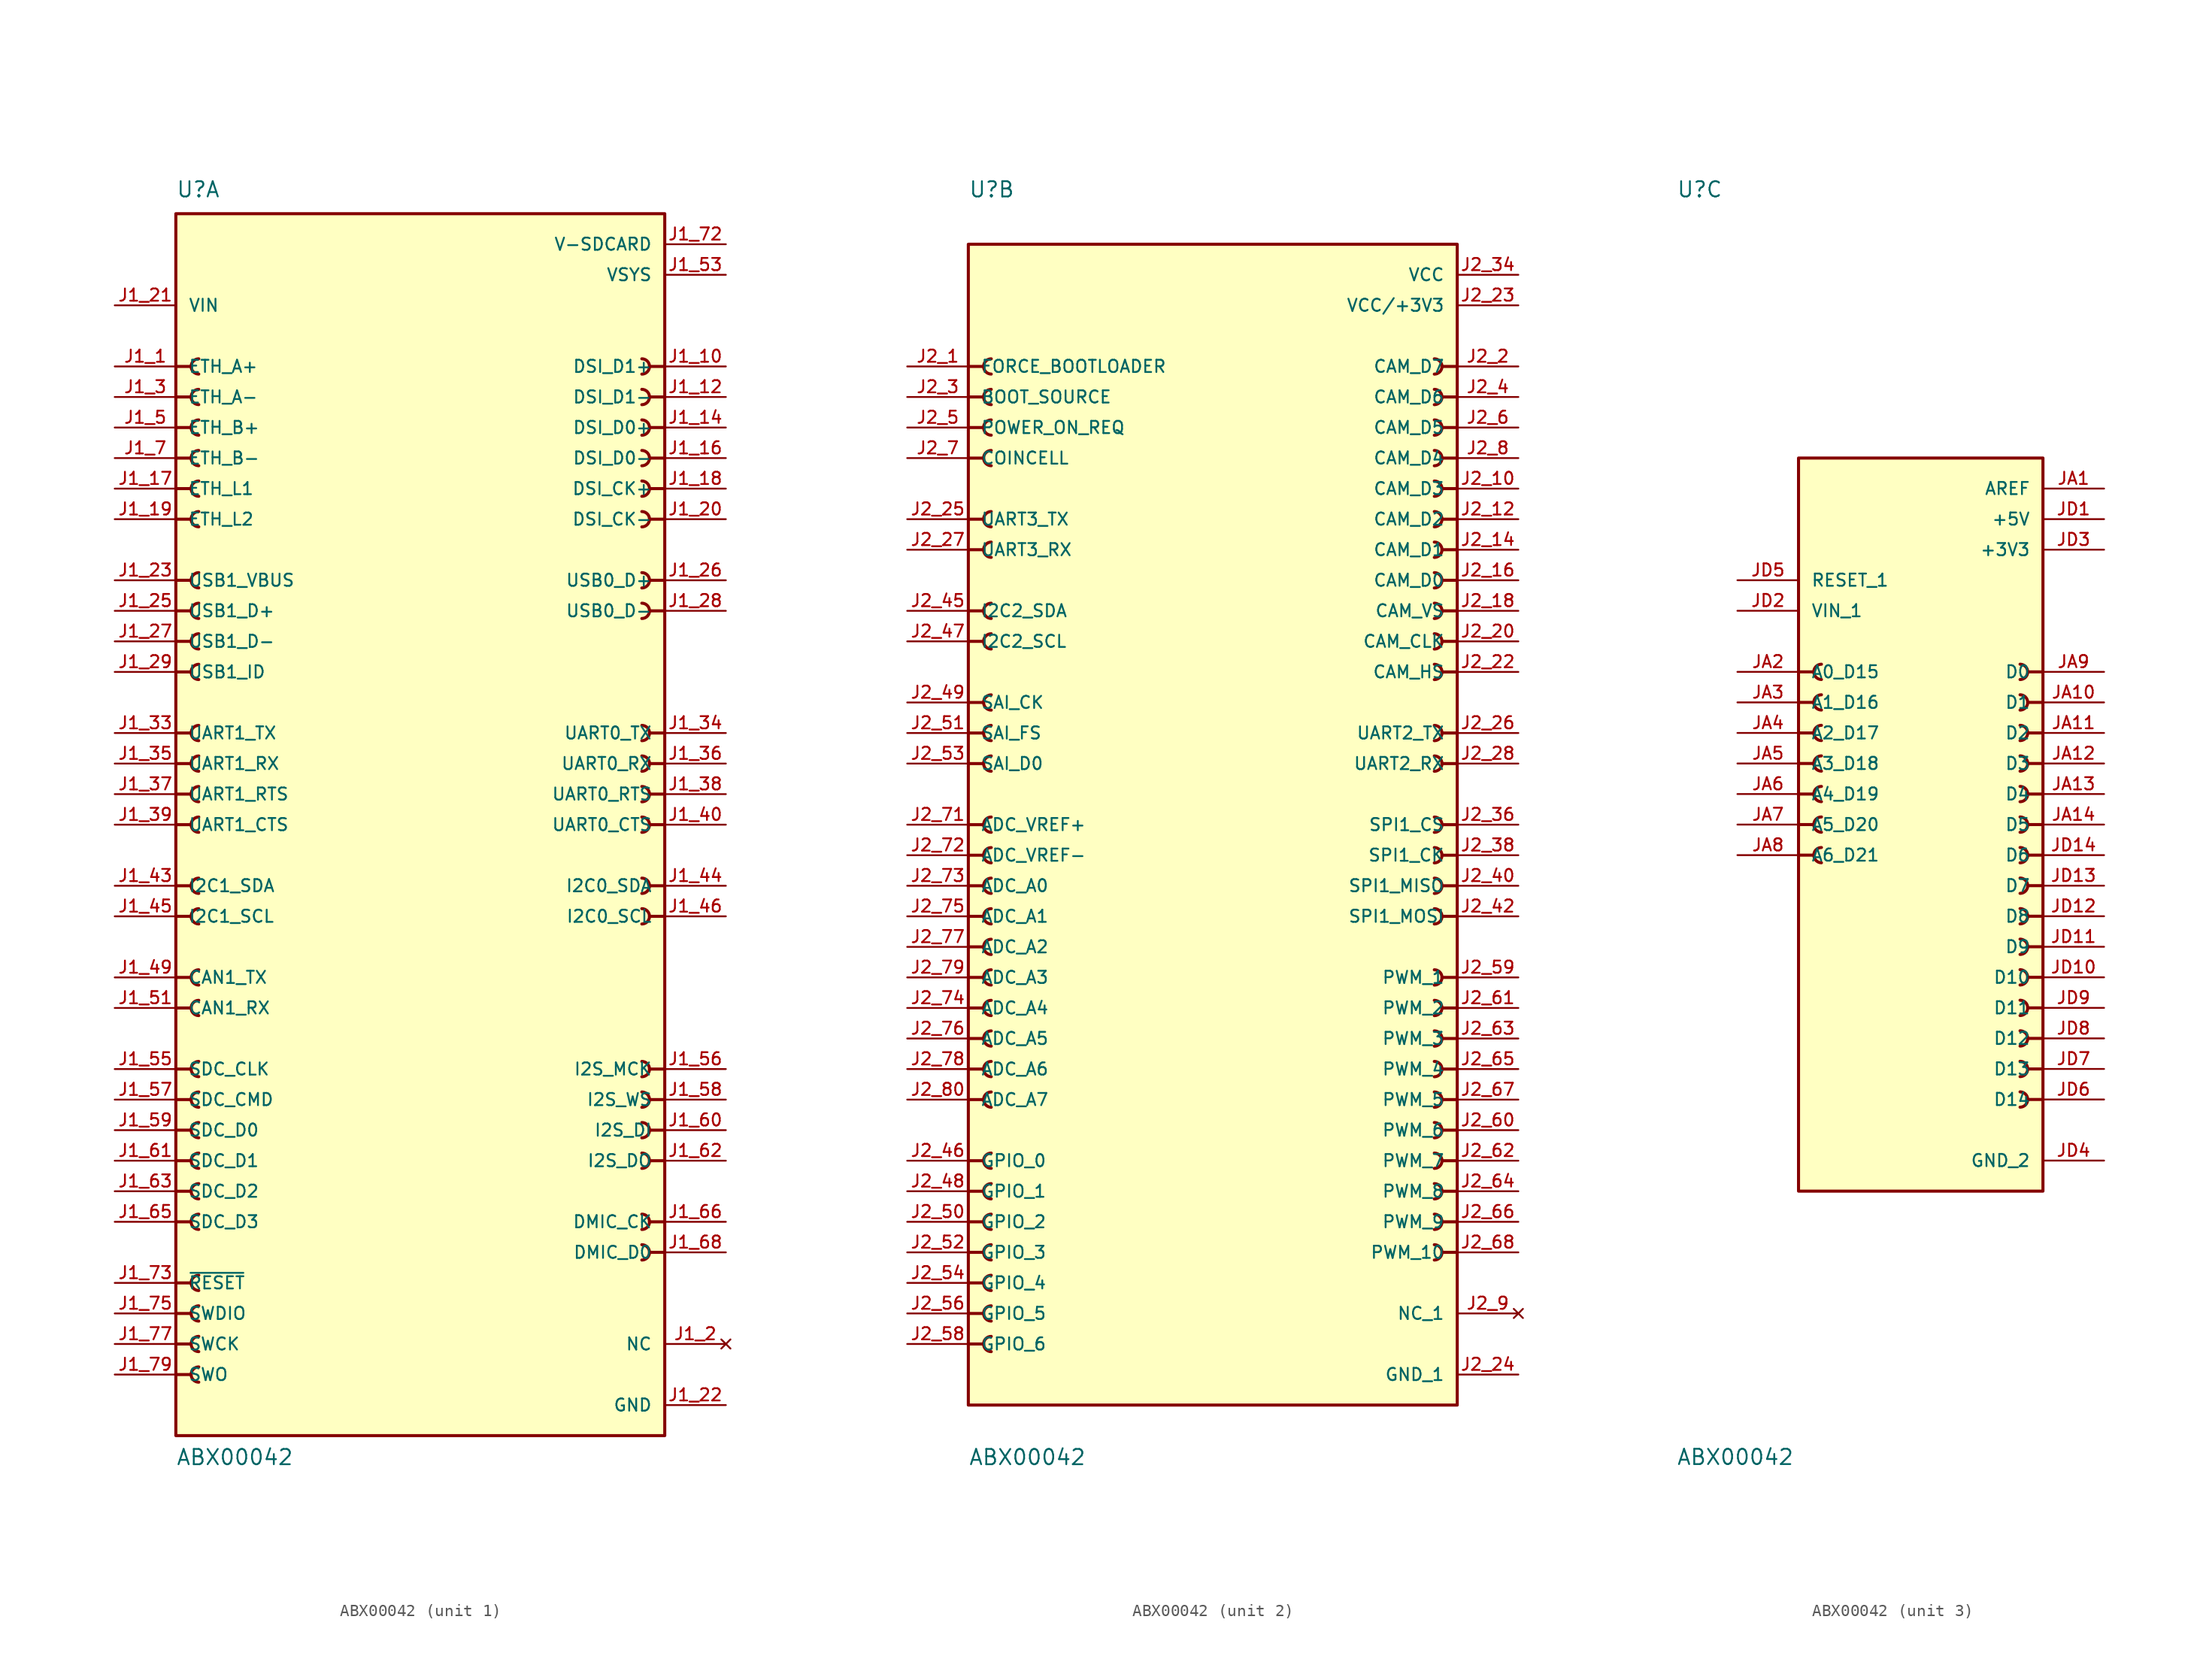
<source format=kicad_sym>
(kicad_symbol_lib
  (version 20211014)
  (generator kicad_symbol_editor)
  (symbol "ABX00042"
    (pin_names
      (offset 1.016))
    (property "Reference" "U"
      (at -20.32 52.07 0)
      (effects (font (size 1.27 1.27)) (justify bottom left)))
    (property "Value" "ABX00042"
      (at -20.32 -53.34 0)
      (effects (font (size 1.27 1.27)) (justify bottom left)))
    (symbol "ABX00042_1_0"
      (polyline (pts (xy 20.32 38.1) (xy 19.05 38.1)) (stroke (width 0.254)))
      (arc (start 18.415 37.465) (mid 19.05 38.1) (end 18.415 38.735) (stroke (width 0.254) (type default) (color 0 0 0 0)) (fill (type none)))
      (polyline (pts (xy 20.32 35.56) (xy 19.05 35.56)) (stroke (width 0.254)))
      (arc (start 18.415 34.925) (mid 19.05 35.56) (end 18.415 36.195) (stroke (width 0.254) (type default) (color 0 0 0 0)) (fill (type none)))
      (polyline (pts (xy 20.32 33.02) (xy 19.05 33.02)) (stroke (width 0.254)))
      (arc (start 18.415 32.385) (mid 19.05 33.02) (end 18.415 33.655) (stroke (width 0.254) (type default) (color 0 0 0 0)) (fill (type none)))
      (polyline (pts (xy 20.32 30.48) (xy 19.05 30.48)) (stroke (width 0.254)))
      (arc (start 18.415 29.845) (mid 19.05 30.48) (end 18.415 31.115) (stroke (width 0.254) (type default) (color 0 0 0 0)) (fill (type none)))
      (polyline (pts (xy 20.32 27.94) (xy 19.05 27.94)) (stroke (width 0.254)))
      (arc (start 18.415 27.305) (mid 19.05 27.94) (end 18.415 28.575) (stroke (width 0.254) (type default) (color 0 0 0 0)) (fill (type none)))
      (polyline (pts (xy 20.32 25.4) (xy 19.05 25.4)) (stroke (width 0.254)))
      (arc (start 18.415 24.765) (mid 19.05 25.4) (end 18.415 26.035) (stroke (width 0.254) (type default) (color 0 0 0 0)) (fill (type none)))
      (polyline (pts (xy -20.32 27.94) (xy -19.05 27.94)) (stroke (width 0.254)))
      (arc (start -18.415 28.575) (mid -19.05 27.94) (end -18.415 27.305) (stroke (width 0.254) (type default) (color 0 0 0 0)) (fill (type none)))
      (polyline (pts (xy -20.32 30.48) (xy -19.05 30.48)) (stroke (width 0.254)))
      (arc (start -18.415 31.115) (mid -19.05 30.48) (end -18.415 29.845) (stroke (width 0.254) (type default) (color 0 0 0 0)) (fill (type none)))
      (polyline (pts (xy -20.32 33.02) (xy -19.05 33.02)) (stroke (width 0.254)))
      (arc (start -18.415 33.655) (mid -19.05 33.02) (end -18.415 32.385) (stroke (width 0.254) (type default) (color 0 0 0 0)) (fill (type none)))
      (polyline (pts (xy -20.32 35.56) (xy -19.05 35.56)) (stroke (width 0.254)))
      (arc (start -18.415 36.195) (mid -19.05 35.56) (end -18.415 34.925) (stroke (width 0.254) (type default) (color 0 0 0 0)) (fill (type none)))
      (polyline (pts (xy -20.32 38.1) (xy -19.05 38.1)) (stroke (width 0.254)))
      (arc (start -18.415 38.735) (mid -19.05 38.1) (end -18.415 37.465) (stroke (width 0.254) (type default) (color 0 0 0 0)) (fill (type none)))
      (polyline (pts (xy -20.32 0.0) (xy -19.05 0.0)) (stroke (width 0.254)))
      (arc (start -18.415 0.635) (mid -19.05 -0.0) (end -18.415 -0.635) (stroke (width 0.254) (type default) (color 0 0 0 0)) (fill (type none)))
      (polyline (pts (xy -20.32 2.54) (xy -19.05 2.54)) (stroke (width 0.254)))
      (arc (start -18.415 3.175) (mid -19.05 2.54) (end -18.415 1.905) (stroke (width 0.254) (type default) (color 0 0 0 0)) (fill (type none)))
      (polyline (pts (xy -20.32 5.08) (xy -19.05 5.08)) (stroke (width 0.254)))
      (arc (start -18.415 5.715) (mid -19.05 5.08) (end -18.415 4.445) (stroke (width 0.254) (type default) (color 0 0 0 0)) (fill (type none)))
      (polyline (pts (xy -20.32 7.62) (xy -19.05 7.62)) (stroke (width 0.254)))
      (arc (start -18.415 8.255) (mid -19.05 7.62) (end -18.415 6.985) (stroke (width 0.254) (type default) (color 0 0 0 0)) (fill (type none)))
      (polyline (pts (xy -20.32 12.7) (xy -19.05 12.7)) (stroke (width 0.254)))
      (arc (start -18.415 13.335) (mid -19.05 12.7) (end -18.415 12.065) (stroke (width 0.254) (type default) (color 0 0 0 0)) (fill (type none)))
      (polyline (pts (xy -20.32 15.24) (xy -19.05 15.24)) (stroke (width 0.254)))
      (arc (start -18.415 15.875) (mid -19.05 15.24) (end -18.415 14.605) (stroke (width 0.254) (type default) (color 0 0 0 0)) (fill (type none)))
      (polyline (pts (xy -20.32 17.78) (xy -19.05 17.78)) (stroke (width 0.254)))
      (arc (start -18.415 18.415) (mid -19.05 17.78) (end -18.415 17.145) (stroke (width 0.254) (type default) (color 0 0 0 0)) (fill (type none)))
      (polyline (pts (xy -20.32 20.32) (xy -19.05 20.32)) (stroke (width 0.254)))
      (arc (start -18.415 20.955) (mid -19.05 20.32) (end -18.415 19.685) (stroke (width 0.254) (type default) (color 0 0 0 0)) (fill (type none)))
      (polyline (pts (xy -20.32 25.4) (xy -19.05 25.4)) (stroke (width 0.254)))
      (arc (start -18.415 26.035) (mid -19.05 25.4) (end -18.415 24.765) (stroke (width 0.254) (type default) (color 0 0 0 0)) (fill (type none)))
      (polyline (pts (xy -20.32 -30.48) (xy -19.05 -30.48)) (stroke (width 0.254)))
      (arc (start -18.415 -29.845) (mid -19.05 -30.48) (end -18.415 -31.115) (stroke (width 0.254) (type default) (color 0 0 0 0)) (fill (type none)))
      (polyline (pts (xy -20.32 -27.94) (xy -19.05 -27.94)) (stroke (width 0.254)))
      (arc (start -18.415 -27.305) (mid -19.05 -27.94) (end -18.415 -28.575) (stroke (width 0.254) (type default) (color 0 0 0 0)) (fill (type none)))
      (polyline (pts (xy -20.32 -25.4) (xy -19.05 -25.4)) (stroke (width 0.254)))
      (arc (start -18.415 -24.765) (mid -19.05 -25.4) (end -18.415 -26.035) (stroke (width 0.254) (type default) (color 0 0 0 0)) (fill (type none)))
      (polyline (pts (xy -20.32 -22.86) (xy -19.05 -22.86)) (stroke (width 0.254)))
      (arc (start -18.415 -22.225) (mid -19.05 -22.86) (end -18.415 -23.495) (stroke (width 0.254) (type default) (color 0 0 0 0)) (fill (type none)))
      (polyline (pts (xy -20.32 -20.32) (xy -19.05 -20.32)) (stroke (width 0.254)))
      (arc (start -18.415 -19.685) (mid -19.05 -20.32) (end -18.415 -20.955) (stroke (width 0.254) (type default) (color 0 0 0 0)) (fill (type none)))
      (polyline (pts (xy -20.32 -15.24) (xy -19.05 -15.24)) (stroke (width 0.254)))
      (arc (start -18.415 -14.605) (mid -19.05 -15.24) (end -18.415 -15.875) (stroke (width 0.254) (type default) (color 0 0 0 0)) (fill (type none)))
      (polyline (pts (xy -20.32 -12.7) (xy -19.05 -12.7)) (stroke (width 0.254)))
      (arc (start -18.415 -12.065) (mid -19.05 -12.7) (end -18.415 -13.335) (stroke (width 0.254) (type default) (color 0 0 0 0)) (fill (type none)))
      (polyline (pts (xy -20.32 -7.62) (xy -19.05 -7.62)) (stroke (width 0.254)))
      (arc (start -18.415 -6.985) (mid -19.05 -7.62) (end -18.415 -8.255) (stroke (width 0.254) (type default) (color 0 0 0 0)) (fill (type none)))
      (polyline (pts (xy -20.32 -5.08) (xy -19.05 -5.08)) (stroke (width 0.254)))
      (arc (start -18.415 -4.445) (mid -19.05 -5.08) (end -18.415 -5.715) (stroke (width 0.254) (type default) (color 0 0 0 0)) (fill (type none)))
      (polyline (pts (xy 20.32 20.32) (xy 19.05 20.32)) (stroke (width 0.254)))
      (arc (start 18.415 19.685) (mid 19.05 20.32) (end 18.415 20.955) (stroke (width 0.254) (type default) (color 0 0 0 0)) (fill (type none)))
      (polyline (pts (xy 20.32 17.78) (xy 19.05 17.78)) (stroke (width 0.254)))
      (arc (start 18.415 17.145) (mid 19.05 17.78) (end 18.415 18.415) (stroke (width 0.254) (type default) (color 0 0 0 0)) (fill (type none)))
      (polyline (pts (xy 20.32 7.62) (xy 19.05 7.62)) (stroke (width 0.254)))
      (arc (start 18.415 6.985) (mid 19.05 7.62) (end 18.415 8.255) (stroke (width 0.254) (type default) (color 0 0 0 0)) (fill (type none)))
      (polyline (pts (xy 20.32 5.08) (xy 19.05 5.08)) (stroke (width 0.254)))
      (arc (start 18.415 4.445) (mid 19.05 5.08) (end 18.415 5.715) (stroke (width 0.254) (type default) (color 0 0 0 0)) (fill (type none)))
      (polyline (pts (xy 20.32 2.54) (xy 19.05 2.54)) (stroke (width 0.254)))
      (arc (start 18.415 1.905) (mid 19.05 2.54) (end 18.415 3.175) (stroke (width 0.254) (type default) (color 0 0 0 0)) (fill (type none)))
      (polyline (pts (xy 20.32 0.0) (xy 19.05 0.0)) (stroke (width 0.254)))
      (arc (start 18.415 -0.635) (mid 19.05 0.0) (end 18.415 0.635) (stroke (width 0.254) (type default) (color 0 0 0 0)) (fill (type none)))
      (polyline (pts (xy 20.32 -5.08) (xy 19.05 -5.08)) (stroke (width 0.254)))
      (arc (start 18.415 -5.715) (mid 19.05 -5.08) (end 18.415 -4.445) (stroke (width 0.254) (type default) (color 0 0 0 0)) (fill (type none)))
      (polyline (pts (xy 20.32 -7.62) (xy 19.05 -7.62)) (stroke (width 0.254)))
      (arc (start 18.415 -8.255) (mid 19.05 -7.62) (end 18.415 -6.985) (stroke (width 0.254) (type default) (color 0 0 0 0)) (fill (type none)))
      (polyline (pts (xy 20.32 -20.32) (xy 19.05 -20.32)) (stroke (width 0.254)))
      (arc (start 18.415 -20.955) (mid 19.05 -20.32) (end 18.415 -19.685) (stroke (width 0.254) (type default) (color 0 0 0 0)) (fill (type none)))
      (polyline (pts (xy 20.32 -22.86) (xy 19.05 -22.86)) (stroke (width 0.254)))
      (arc (start 18.415 -23.495) (mid 19.05 -22.86) (end 18.415 -22.225) (stroke (width 0.254) (type default) (color 0 0 0 0)) (fill (type none)))
      (polyline (pts (xy 20.32 -25.4) (xy 19.05 -25.4)) (stroke (width 0.254)))
      (arc (start 18.415 -26.035) (mid 19.05 -25.4) (end 18.415 -24.765) (stroke (width 0.254) (type default) (color 0 0 0 0)) (fill (type none)))
      (polyline (pts (xy 20.32 -27.94) (xy 19.05 -27.94)) (stroke (width 0.254)))
      (arc (start 18.415 -28.575) (mid 19.05 -27.94) (end 18.415 -27.305) (stroke (width 0.254) (type default) (color 0 0 0 0)) (fill (type none)))
      (polyline (pts (xy 20.32 -33.02) (xy 19.05 -33.02)) (stroke (width 0.254)))
      (arc (start 18.415 -33.655) (mid 19.05 -33.02) (end 18.415 -32.385) (stroke (width 0.254) (type default) (color 0 0 0 0)) (fill (type none)))
      (polyline (pts (xy 20.32 -35.56) (xy 19.05 -35.56)) (stroke (width 0.254)))
      (arc (start 18.415 -36.195) (mid 19.05 -35.56) (end 18.415 -34.925) (stroke (width 0.254) (type default) (color 0 0 0 0)) (fill (type none)))
      (polyline (pts (xy -20.32 -43.18) (xy -19.05 -43.18)) (stroke (width 0.254)))
      (arc (start -18.415 -42.545) (mid -19.05 -43.18) (end -18.415 -43.815) (stroke (width 0.254) (type default) (color 0 0 0 0)) (fill (type none)))
      (polyline (pts (xy -20.32 -40.64) (xy -19.05 -40.64)) (stroke (width 0.254)))
      (arc (start -18.415 -40.005) (mid -19.05 -40.64) (end -18.415 -41.275) (stroke (width 0.254) (type default) (color 0 0 0 0)) (fill (type none)))
      (polyline (pts (xy -20.32 -38.1) (xy -19.05 -38.1)) (stroke (width 0.254)))
      (arc (start -18.415 -37.465) (mid -19.05 -38.1) (end -18.415 -38.735) (stroke (width 0.254) (type default) (color 0 0 0 0)) (fill (type none)))
      (polyline (pts (xy -20.32 -33.02) (xy -19.05 -33.02)) (stroke (width 0.254)))
      (arc (start -18.415 -32.385) (mid -19.05 -33.02) (end -18.415 -33.655) (stroke (width 0.254) (type default) (color 0 0 0 0)) (fill (type none)))
      (polyline (pts (xy -20.32 -45.72) (xy -19.05 -45.72)) (stroke (width 0.254)))
      (arc (start -18.415 -45.085) (mid -19.05 -45.72) (end -18.415 -46.355) (stroke (width 0.254) (type default) (color 0 0 0 0)) (fill (type none)))
      (rectangle (start -20.32 -50.8) (end 20.32 50.8) (stroke (width 0.254)) (fill (type background)))
      (pin input line (at -25.4 38.1 0) (length 5.08) (name "ETH_A+" (effects (font (size 1.016 1.016)))) (number "J1_1" (effects (font (size 1.016 1.016)))))
      (pin input line (at -25.4 35.56 0) (length 5.08) (name "ETH_A-" (effects (font (size 1.016 1.016)))) (number "J1_3" (effects (font (size 1.016 1.016)))))
      (pin input line (at -25.4 33.02 0) (length 5.08) (name "ETH_B+" (effects (font (size 1.016 1.016)))) (number "J1_5" (effects (font (size 1.016 1.016)))))
      (pin input line (at -25.4 30.48 0) (length 5.08) (name "ETH_B-" (effects (font (size 1.016 1.016)))) (number "J1_7" (effects (font (size 1.016 1.016)))))
      (pin bidirectional line (at 25.4 38.1 180.0) (length 5.08) (name "DSI_D1+" (effects (font (size 1.016 1.016)))) (number "J1_10" (effects (font (size 1.016 1.016)))))
      (pin bidirectional line (at 25.4 35.56 180.0) (length 5.08) (name "DSI_D1-" (effects (font (size 1.016 1.016)))) (number "J1_12" (effects (font (size 1.016 1.016)))))
      (pin bidirectional line (at 25.4 33.02 180.0) (length 5.08) (name "DSI_D0+" (effects (font (size 1.016 1.016)))) (number "J1_14" (effects (font (size 1.016 1.016)))))
      (pin bidirectional line (at 25.4 30.48 180.0) (length 5.08) (name "DSI_D0-" (effects (font (size 1.016 1.016)))) (number "J1_16" (effects (font (size 1.016 1.016)))))
      (pin output line (at -25.4 27.94 0) (length 5.08) (name "ETH_L1" (effects (font (size 1.016 1.016)))) (number "J1_17" (effects (font (size 1.016 1.016)))))
      (pin bidirectional line (at 25.4 27.94 180.0) (length 5.08) (name "DSI_CK+" (effects (font (size 1.016 1.016)))) (number "J1_18" (effects (font (size 1.016 1.016)))))
      (pin output line (at -25.4 25.4 0) (length 5.08) (name "ETH_L2" (effects (font (size 1.016 1.016)))) (number "J1_19" (effects (font (size 1.016 1.016)))))
      (pin bidirectional line (at 25.4 25.4 180.0) (length 5.08) (name "DSI_CK-" (effects (font (size 1.016 1.016)))) (number "J1_20" (effects (font (size 1.016 1.016)))))
      (pin input line (at -25.4 43.18 0) (length 5.08) (name "VIN" (effects (font (size 1.016 1.016)))) (number "J1_21" (effects (font (size 1.016 1.016)))))
      (pin input line (at -25.4 43.18 0) (length 5.08) hide (name "VIN" (effects (font (size 1.016 1.016)))) (number "J1_32" (effects (font (size 1.016 1.016)))))
      (pin input line (at -25.4 43.18 0) (length 5.08) hide (name "VIN" (effects (font (size 1.016 1.016)))) (number "J1_41" (effects (font (size 1.016 1.016)))))
      (pin input line (at -25.4 43.18 0) (length 5.08) hide (name "VIN" (effects (font (size 1.016 1.016)))) (number "J1_48" (effects (font (size 1.016 1.016)))))
      (pin power_in line (at -25.4 20.32 0) (length 5.08) (name "USB1_VBUS" (effects (font (size 1.016 1.016)))) (number "J1_23" (effects (font (size 1.016 1.016)))))
      (pin bidirectional line (at -25.4 17.78 0) (length 5.08) (name "USB1_D+" (effects (font (size 1.016 1.016)))) (number "J1_25" (effects (font (size 1.016 1.016)))))
      (pin bidirectional line (at -25.4 15.24 0) (length 5.08) (name "USB1_D-" (effects (font (size 1.016 1.016)))) (number "J1_27" (effects (font (size 1.016 1.016)))))
      (pin bidirectional line (at -25.4 12.7 0) (length 5.08) (name "USB1_ID" (effects (font (size 1.016 1.016)))) (number "J1_29" (effects (font (size 1.016 1.016)))))
      (pin power_in line (at 25.4 -48.26 180.0) (length 5.08) (name "GND" (effects (font (size 1.016 1.016)))) (number "J1_22" (effects (font (size 1.016 1.016)))))
      (pin power_in line (at 25.4 -48.26 180.0) (length 5.08) hide (name "GND" (effects (font (size 1.016 1.016)))) (number "J1_31" (effects (font (size 1.016 1.016)))))
      (pin power_in line (at 25.4 -48.26 180.0) (length 5.08) hide (name "GND" (effects (font (size 1.016 1.016)))) (number "J1_42" (effects (font (size 1.016 1.016)))))
      (pin power_in line (at 25.4 -48.26 180.0) (length 5.08) hide (name "GND" (effects (font (size 1.016 1.016)))) (number "J1_47" (effects (font (size 1.016 1.016)))))
      (pin power_in line (at 25.4 -48.26 180.0) (length 5.08) hide (name "GND" (effects (font (size 1.016 1.016)))) (number "J1_54" (effects (font (size 1.016 1.016)))))
      (pin output line (at -25.4 7.62 0) (length 5.08) (name "UART1_TX" (effects (font (size 1.016 1.016)))) (number "J1_33" (effects (font (size 1.016 1.016)))))
      (pin input line (at -25.4 5.08 0) (length 5.08) (name "UART1_RX" (effects (font (size 1.016 1.016)))) (number "J1_35" (effects (font (size 1.016 1.016)))))
      (pin bidirectional line (at -25.4 2.54 0) (length 5.08) (name "UART1_RTS" (effects (font (size 1.016 1.016)))) (number "J1_37" (effects (font (size 1.016 1.016)))))
      (pin bidirectional line (at -25.4 0.0 0) (length 5.08) (name "UART1_CTS" (effects (font (size 1.016 1.016)))) (number "J1_39" (effects (font (size 1.016 1.016)))))
      (pin bidirectional line (at -25.4 -5.08 0) (length 5.08) (name "I2C1_SDA" (effects (font (size 1.016 1.016)))) (number "J1_43" (effects (font (size 1.016 1.016)))))
      (pin input line (at -25.4 -7.62 0) (length 5.08) (name "I2C1_SCL" (effects (font (size 1.016 1.016)))) (number "J1_45" (effects (font (size 1.016 1.016)))))
      (pin output line (at -25.4 -12.7 0) (length 5.08) (name "CAN1_TX" (effects (font (size 1.016 1.016)))) (number "J1_49" (effects (font (size 1.016 1.016)))))
      (pin input line (at -25.4 -15.24 0) (length 5.08) (name "CAN1_RX" (effects (font (size 1.016 1.016)))) (number "J1_51" (effects (font (size 1.016 1.016)))))
      (pin power_in line (at 25.4 45.72 180.0) (length 5.08) (name "VSYS" (effects (font (size 1.016 1.016)))) (number "J1_53" (effects (font (size 1.016 1.016)))))
      (pin power_in line (at 25.4 45.72 180.0) (length 5.08) hide (name "VSYS" (effects (font (size 1.016 1.016)))) (number "J1_64" (effects (font (size 1.016 1.016)))))
      (pin input line (at -25.4 -20.32 0) (length 5.08) (name "SDC_CLK" (effects (font (size 1.016 1.016)))) (number "J1_55" (effects (font (size 1.016 1.016)))))
      (pin input line (at -25.4 -22.86 0) (length 5.08) (name "SDC_CMD" (effects (font (size 1.016 1.016)))) (number "J1_57" (effects (font (size 1.016 1.016)))))
      (pin bidirectional line (at -25.4 -25.4 0) (length 5.08) (name "SDC_D0" (effects (font (size 1.016 1.016)))) (number "J1_59" (effects (font (size 1.016 1.016)))))
      (pin bidirectional line (at 25.4 20.32 180.0) (length 5.08) (name "USB0_D+" (effects (font (size 1.016 1.016)))) (number "J1_26" (effects (font (size 1.016 1.016)))))
      (pin bidirectional line (at 25.4 17.78 180.0) (length 5.08) (name "USB0_D-" (effects (font (size 1.016 1.016)))) (number "J1_28" (effects (font (size 1.016 1.016)))))
      (pin output line (at 25.4 7.62 180.0) (length 5.08) (name "UART0_TX" (effects (font (size 1.016 1.016)))) (number "J1_34" (effects (font (size 1.016 1.016)))))
      (pin input line (at 25.4 5.08 180.0) (length 5.08) (name "UART0_RX" (effects (font (size 1.016 1.016)))) (number "J1_36" (effects (font (size 1.016 1.016)))))
      (pin bidirectional line (at 25.4 2.54 180.0) (length 5.08) (name "UART0_RTS" (effects (font (size 1.016 1.016)))) (number "J1_38" (effects (font (size 1.016 1.016)))))
      (pin bidirectional line (at 25.4 0.0 180.0) (length 5.08) (name "UART0_CTS" (effects (font (size 1.016 1.016)))) (number "J1_40" (effects (font (size 1.016 1.016)))))
      (pin bidirectional line (at 25.4 -5.08 180.0) (length 5.08) (name "I2C0_SDA" (effects (font (size 1.016 1.016)))) (number "J1_44" (effects (font (size 1.016 1.016)))))
      (pin input line (at 25.4 -7.62 180.0) (length 5.08) (name "I2C0_SCL" (effects (font (size 1.016 1.016)))) (number "J1_46" (effects (font (size 1.016 1.016)))))
      (pin bidirectional line (at 25.4 -20.32 180.0) (length 5.08) (name "I2S_MCK" (effects (font (size 1.016 1.016)))) (number "J1_56" (effects (font (size 1.016 1.016)))))
      (pin bidirectional line (at 25.4 -22.86 180.0) (length 5.08) (name "I2S_WS" (effects (font (size 1.016 1.016)))) (number "J1_58" (effects (font (size 1.016 1.016)))))
      (pin input line (at 25.4 -25.4 180.0) (length 5.08) (name "I2S_DI" (effects (font (size 1.016 1.016)))) (number "J1_60" (effects (font (size 1.016 1.016)))))
      (pin output line (at 25.4 -27.94 180.0) (length 5.08) (name "I2S_DO" (effects (font (size 1.016 1.016)))) (number "J1_62" (effects (font (size 1.016 1.016)))))
      (pin bidirectional line (at 25.4 -33.02 180.0) (length 5.08) (name "DMIC_CK" (effects (font (size 1.016 1.016)))) (number "J1_66" (effects (font (size 1.016 1.016)))))
      (pin bidirectional line (at 25.4 -35.56 180.0) (length 5.08) (name "DMIC_D0" (effects (font (size 1.016 1.016)))) (number "J1_68" (effects (font (size 1.016 1.016)))))
      (pin power_in line (at 25.4 48.26 180.0) (length 5.08) (name "V-SDCARD" (effects (font (size 1.016 1.016)))) (number "J1_72" (effects (font (size 1.016 1.016)))))
      (pin bidirectional line (at -25.4 -27.94 0) (length 5.08) (name "SDC_D1" (effects (font (size 1.016 1.016)))) (number "J1_61" (effects (font (size 1.016 1.016)))))
      (pin bidirectional line (at -25.4 -30.48 0) (length 5.08) (name "SDC_D2" (effects (font (size 1.016 1.016)))) (number "J1_63" (effects (font (size 1.016 1.016)))))
      (pin bidirectional line (at -25.4 -33.02 0) (length 5.08) (name "SDC_D3" (effects (font (size 1.016 1.016)))) (number "J1_65" (effects (font (size 1.016 1.016)))))
      (pin input line (at -25.4 -38.1 0) (length 5.08) (name "~{RESET}" (effects (font (size 1.016 1.016)))) (number "J1_73" (effects (font (size 1.016 1.016)))))
      (pin bidirectional line (at -25.4 -40.64 0) (length 5.08) (name "SWDIO" (effects (font (size 1.016 1.016)))) (number "J1_75" (effects (font (size 1.016 1.016)))))
      (pin input line (at -25.4 -43.18 0) (length 5.08) (name "SWCK" (effects (font (size 1.016 1.016)))) (number "J1_77" (effects (font (size 1.016 1.016)))))
      (pin output line (at -25.4 -45.72 0) (length 5.08) (name "SWO" (effects (font (size 1.016 1.016)))) (number "J1_79" (effects (font (size 1.016 1.016)))))
      (pin no_connect line (at 25.4 -43.18 180.0) (length 5.08) (name "NC" (effects (font (size 1.016 1.016)))) (number "J1_2" (effects (font (size 1.016 1.016)))))
      (pin no_connect line (at 25.4 -43.18 180.0) (length 5.08) hide (name "NC" (effects (font (size 1.016 1.016)))) (number "J1_4" (effects (font (size 1.016 1.016)))))
      (pin no_connect line (at 25.4 -43.18 180.0) (length 5.08) hide (name "NC" (effects (font (size 1.016 1.016)))) (number "J1_6" (effects (font (size 1.016 1.016)))))
      (pin no_connect line (at 25.4 -43.18 180.0) (length 5.08) hide (name "NC" (effects (font (size 1.016 1.016)))) (number "J1_8" (effects (font (size 1.016 1.016)))))
      (pin no_connect line (at 25.4 -43.18 180.0) (length 5.08) hide (name "NC" (effects (font (size 1.016 1.016)))) (number "J1_9" (effects (font (size 1.016 1.016)))))
      (pin no_connect line (at 25.4 -43.18 180.0) (length 5.08) hide (name "NC" (effects (font (size 1.016 1.016)))) (number "J1_11" (effects (font (size 1.016 1.016)))))
      (pin no_connect line (at 25.4 -43.18 180.0) (length 5.08) hide (name "NC" (effects (font (size 1.016 1.016)))) (number "J1_13" (effects (font (size 1.016 1.016)))))
      (pin no_connect line (at 25.4 -43.18 180.0) (length 5.08) hide (name "NC" (effects (font (size 1.016 1.016)))) (number "J1_15" (effects (font (size 1.016 1.016)))))
      (pin no_connect line (at 25.4 -43.18 180.0) (length 5.08) hide (name "NC" (effects (font (size 1.016 1.016)))) (number "J1_24" (effects (font (size 1.016 1.016)))))
      (pin no_connect line (at 25.4 -43.18 180.0) (length 5.08) hide (name "NC" (effects (font (size 1.016 1.016)))) (number "J1_30" (effects (font (size 1.016 1.016)))))
      (pin no_connect line (at 25.4 -43.18 180.0) (length 5.08) hide (name "NC" (effects (font (size 1.016 1.016)))) (number "J1_50" (effects (font (size 1.016 1.016)))))
      (pin no_connect line (at 25.4 -43.18 180.0) (length 5.08) hide (name "NC" (effects (font (size 1.016 1.016)))) (number "J1_52" (effects (font (size 1.016 1.016)))))
      (pin no_connect line (at 25.4 -43.18 180.0) (length 5.08) hide (name "NC" (effects (font (size 1.016 1.016)))) (number "J1_67" (effects (font (size 1.016 1.016)))))
      (pin no_connect line (at 25.4 -43.18 180.0) (length 5.08) hide (name "NC" (effects (font (size 1.016 1.016)))) (number "J1_69" (effects (font (size 1.016 1.016)))))
      (pin no_connect line (at 25.4 -43.18 180.0) (length 5.08) hide (name "NC" (effects (font (size 1.016 1.016)))) (number "J1_70" (effects (font (size 1.016 1.016)))))
      (pin no_connect line (at 25.4 -43.18 180.0) (length 5.08) hide (name "NC" (effects (font (size 1.016 1.016)))) (number "J1_71" (effects (font (size 1.016 1.016)))))
      (pin no_connect line (at 25.4 -43.18 180.0) (length 5.08) hide (name "NC" (effects (font (size 1.016 1.016)))) (number "J1_74" (effects (font (size 1.016 1.016)))))
      (pin no_connect line (at 25.4 -43.18 180.0) (length 5.08) hide (name "NC" (effects (font (size 1.016 1.016)))) (number "J1_76" (effects (font (size 1.016 1.016)))))
      (pin no_connect line (at 25.4 -43.18 180.0) (length 5.08) hide (name "NC" (effects (font (size 1.016 1.016)))) (number "J1_78" (effects (font (size 1.016 1.016)))))
      (pin no_connect line (at 25.4 -43.18 180.0) (length 5.08) hide (name "NC" (effects (font (size 1.016 1.016)))) (number "J1_80" (effects (font (size 1.016 1.016))))))
    (symbol "ABX00042_2_0"
      (polyline (pts (xy 20.32 38.1) (xy 19.05 38.1)) (stroke (width 0.254)))
      (arc (start 18.415 37.465) (mid 19.05 38.1) (end 18.415 38.735) (stroke (width 0.254) (type default) (color 0 0 0 0)) (fill (type none)))
      (polyline (pts (xy 20.32 35.56) (xy 19.05 35.56)) (stroke (width 0.254)))
      (arc (start 18.415 34.925) (mid 19.05 35.56) (end 18.415 36.195) (stroke (width 0.254) (type default) (color 0 0 0 0)) (fill (type none)))
      (polyline (pts (xy 20.32 33.02) (xy 19.05 33.02)) (stroke (width 0.254)))
      (arc (start 18.415 32.385) (mid 19.05 33.02) (end 18.415 33.655) (stroke (width 0.254) (type default) (color 0 0 0 0)) (fill (type none)))
      (polyline (pts (xy 20.32 30.48) (xy 19.05 30.48)) (stroke (width 0.254)))
      (arc (start 18.415 29.845) (mid 19.05 30.48) (end 18.415 31.115) (stroke (width 0.254) (type default) (color 0 0 0 0)) (fill (type none)))
      (polyline (pts (xy 20.32 27.94) (xy 19.05 27.94)) (stroke (width 0.254)))
      (arc (start 18.415 27.305) (mid 19.05 27.94) (end 18.415 28.575) (stroke (width 0.254) (type default) (color 0 0 0 0)) (fill (type none)))
      (polyline (pts (xy 20.32 25.4) (xy 19.05 25.4)) (stroke (width 0.254)))
      (arc (start 18.415 24.765) (mid 19.05 25.4) (end 18.415 26.035) (stroke (width 0.254) (type default) (color 0 0 0 0)) (fill (type none)))
      (polyline (pts (xy 20.32 22.86) (xy 19.05 22.86)) (stroke (width 0.254)))
      (arc (start 18.415 22.225) (mid 19.05 22.86) (end 18.415 23.495) (stroke (width 0.254) (type default) (color 0 0 0 0)) (fill (type none)))
      (polyline (pts (xy 20.32 20.32) (xy 19.05 20.32)) (stroke (width 0.254)))
      (arc (start 18.415 19.685) (mid 19.05 20.32) (end 18.415 20.955) (stroke (width 0.254) (type default) (color 0 0 0 0)) (fill (type none)))
      (polyline (pts (xy 20.32 17.78) (xy 19.05 17.78)) (stroke (width 0.254)))
      (arc (start 18.415 17.145) (mid 19.05 17.78) (end 18.415 18.415) (stroke (width 0.254) (type default) (color 0 0 0 0)) (fill (type none)))
      (polyline (pts (xy 20.32 15.24) (xy 19.05 15.24)) (stroke (width 0.254)))
      (arc (start 18.415 14.605) (mid 19.05 15.24) (end 18.415 15.875) (stroke (width 0.254) (type default) (color 0 0 0 0)) (fill (type none)))
      (polyline (pts (xy -20.32 30.48) (xy -19.05 30.48)) (stroke (width 0.254)))
      (arc (start -18.415 31.115) (mid -19.05 30.48) (end -18.415 29.845) (stroke (width 0.254) (type default) (color 0 0 0 0)) (fill (type none)))
      (polyline (pts (xy -20.32 33.02) (xy -19.05 33.02)) (stroke (width 0.254)))
      (arc (start -18.415 33.655) (mid -19.05 33.02) (end -18.415 32.385) (stroke (width 0.254) (type default) (color 0 0 0 0)) (fill (type none)))
      (polyline (pts (xy -20.32 35.56) (xy -19.05 35.56)) (stroke (width 0.254)))
      (arc (start -18.415 36.195) (mid -19.05 35.56) (end -18.415 34.925) (stroke (width 0.254) (type default) (color 0 0 0 0)) (fill (type none)))
      (polyline (pts (xy -20.32 38.1) (xy -19.05 38.1)) (stroke (width 0.254)))
      (arc (start -18.415 38.735) (mid -19.05 38.1) (end -18.415 37.465) (stroke (width 0.254) (type default) (color 0 0 0 0)) (fill (type none)))
      (polyline (pts (xy -20.32 22.86) (xy -19.05 22.86)) (stroke (width 0.254)))
      (arc (start -18.415 23.495) (mid -19.05 22.86) (end -18.415 22.225) (stroke (width 0.254) (type default) (color 0 0 0 0)) (fill (type none)))
      (polyline (pts (xy -20.32 25.4) (xy -19.05 25.4)) (stroke (width 0.254)))
      (arc (start -18.415 26.035) (mid -19.05 25.4) (end -18.415 24.765) (stroke (width 0.254) (type default) (color 0 0 0 0)) (fill (type none)))
      (polyline (pts (xy 20.32 -12.7) (xy 19.05 -12.7)) (stroke (width 0.254)))
      (arc (start 18.415 -12.065) (mid 19.05 -12.7) (end 18.415 -13.335) (stroke (width 0.254) (type default) (color 0 0 0 0)) (fill (type none)))
      (polyline (pts (xy -20.32 5.08) (xy -19.05 5.08)) (stroke (width 0.254)))
      (arc (start -18.415 5.715) (mid -19.05 5.08) (end -18.415 4.445) (stroke (width 0.254) (type default) (color 0 0 0 0)) (fill (type none)))
      (polyline (pts (xy -20.32 7.62) (xy -19.05 7.62)) (stroke (width 0.254)))
      (arc (start -18.415 8.255) (mid -19.05 7.62) (end -18.415 6.985) (stroke (width 0.254) (type default) (color 0 0 0 0)) (fill (type none)))
      (polyline (pts (xy -20.32 10.16) (xy -19.05 10.16)) (stroke (width 0.254)))
      (arc (start -18.415 10.795) (mid -19.05 10.16) (end -18.415 9.525) (stroke (width 0.254) (type default) (color 0 0 0 0)) (fill (type none)))
      (polyline (pts (xy -20.32 15.24) (xy -19.05 15.24)) (stroke (width 0.254)))
      (arc (start -18.415 15.875) (mid -19.05 15.24) (end -18.415 14.605) (stroke (width 0.254) (type default) (color 0 0 0 0)) (fill (type none)))
      (polyline (pts (xy -20.32 17.78) (xy -19.05 17.78)) (stroke (width 0.254)))
      (arc (start -18.415 18.415) (mid -19.05 17.78) (end -18.415 17.145) (stroke (width 0.254) (type default) (color 0 0 0 0)) (fill (type none)))
      (polyline (pts (xy 20.32 12.7) (xy 19.05 12.7)) (stroke (width 0.254)))
      (arc (start 18.415 12.065) (mid 19.05 12.7) (end 18.415 13.335) (stroke (width 0.254) (type default) (color 0 0 0 0)) (fill (type none)))
      (polyline (pts (xy 20.32 7.62) (xy 19.05 7.62)) (stroke (width 0.254)))
      (arc (start 18.415 6.985) (mid 19.05 7.62) (end 18.415 8.255) (stroke (width 0.254) (type default) (color 0 0 0 0)) (fill (type none)))
      (polyline (pts (xy 20.32 5.08) (xy 19.05 5.08)) (stroke (width 0.254)))
      (arc (start 18.415 4.445) (mid 19.05 5.08) (end 18.415 5.715) (stroke (width 0.254) (type default) (color 0 0 0 0)) (fill (type none)))
      (polyline (pts (xy 20.32 0.0) (xy 19.05 0.0)) (stroke (width 0.254)))
      (arc (start 18.415 -0.635) (mid 19.05 0.0) (end 18.415 0.635) (stroke (width 0.254) (type default) (color 0 0 0 0)) (fill (type none)))
      (polyline (pts (xy 20.32 -2.54) (xy 19.05 -2.54)) (stroke (width 0.254)))
      (arc (start 18.415 -3.175) (mid 19.05 -2.54) (end 18.415 -1.905) (stroke (width 0.254) (type default) (color 0 0 0 0)) (fill (type none)))
      (polyline (pts (xy 20.32 -5.08) (xy 19.05 -5.08)) (stroke (width 0.254)))
      (arc (start 18.415 -5.715) (mid 19.05 -5.08) (end 18.415 -4.445) (stroke (width 0.254) (type default) (color 0 0 0 0)) (fill (type none)))
      (polyline (pts (xy 20.32 -7.62) (xy 19.05 -7.62)) (stroke (width 0.254)))
      (arc (start 18.415 -8.255) (mid 19.05 -7.62) (end 18.415 -6.985) (stroke (width 0.254) (type default) (color 0 0 0 0)) (fill (type none)))
      (polyline (pts (xy -20.32 -27.94) (xy -19.05 -27.94)) (stroke (width 0.254)))
      (arc (start -18.415 -28.575) (mid -19.05 -27.94) (end -18.415 -27.305) (stroke (width 0.254) (type default) (color 0 0 0 0)) (fill (type none)))
      (polyline (pts (xy -20.32 -30.48) (xy -19.05 -30.48)) (stroke (width 0.254)))
      (arc (start -18.415 -31.115) (mid -19.05 -30.48) (end -18.415 -29.845) (stroke (width 0.254) (type default) (color 0 0 0 0)) (fill (type none)))
      (polyline (pts (xy -20.32 -33.02) (xy -19.05 -33.02)) (stroke (width 0.254)))
      (arc (start -18.415 -33.655) (mid -19.05 -33.02) (end -18.415 -32.385) (stroke (width 0.254) (type default) (color 0 0 0 0)) (fill (type none)))
      (polyline (pts (xy -20.32 -35.56) (xy -19.05 -35.56)) (stroke (width 0.254)))
      (arc (start -18.415 -36.195) (mid -19.05 -35.56) (end -18.415 -34.925) (stroke (width 0.254) (type default) (color 0 0 0 0)) (fill (type none)))
      (arc (start -18.415 -38.735) (mid -19.05 -38.1) (end -18.415 -37.465) (stroke (width 0.254) (type default) (color 0 0 0 0)) (fill (type none)))
      (polyline (pts (xy -20.32 -38.1) (xy -19.05 -38.1)) (stroke (width 0.254)))
      (polyline (pts (xy -20.32 -40.64) (xy -19.05 -40.64)) (stroke (width 0.254)))
      (arc (start -18.415 -41.275) (mid -19.05 -40.64) (end -18.415 -40.005) (stroke (width 0.254) (type default) (color 0 0 0 0)) (fill (type none)))
      (polyline (pts (xy 20.32 -25.4) (xy 19.05 -25.4)) (stroke (width 0.254)))
      (arc (start 18.415 -26.035) (mid 19.05 -25.4) (end 18.415 -24.765) (stroke (width 0.254) (type default) (color 0 0 0 0)) (fill (type none)))
      (polyline (pts (xy 20.32 -27.94) (xy 19.05 -27.94)) (stroke (width 0.254)))
      (arc (start 18.415 -28.575) (mid 19.05 -27.94) (end 18.415 -27.305) (stroke (width 0.254) (type default) (color 0 0 0 0)) (fill (type none)))
      (polyline (pts (xy 20.32 -30.48) (xy 19.05 -30.48)) (stroke (width 0.254)))
      (arc (start 18.415 -31.115) (mid 19.05 -30.48) (end 18.415 -29.845) (stroke (width 0.254) (type default) (color 0 0 0 0)) (fill (type none)))
      (polyline (pts (xy 20.32 -33.02) (xy 19.05 -33.02)) (stroke (width 0.254)))
      (arc (start 18.415 -33.655) (mid 19.05 -33.02) (end 18.415 -32.385) (stroke (width 0.254) (type default) (color 0 0 0 0)) (fill (type none)))
      (polyline (pts (xy 20.32 -35.56) (xy 19.05 -35.56)) (stroke (width 0.254)))
      (arc (start 18.415 -36.195) (mid 19.05 -35.56) (end 18.415 -34.925) (stroke (width 0.254) (type default) (color 0 0 0 0)) (fill (type none)))
      (polyline (pts (xy -20.32 -2.54) (xy -19.05 -2.54)) (stroke (width 0.254)))
      (arc (start -18.415 -3.175) (mid -19.05 -2.54) (end -18.415 -1.905) (stroke (width 0.254) (type default) (color 0 0 0 0)) (fill (type none)))
      (polyline (pts (xy -20.32 -15.24) (xy -19.05 -15.24)) (stroke (width 0.254)))
      (arc (start -18.415 -15.875) (mid -19.05 -15.24) (end -18.415 -14.605) (stroke (width 0.254) (type default) (color 0 0 0 0)) (fill (type none)))
      (polyline (pts (xy -20.32 -5.08) (xy -19.05 -5.08)) (stroke (width 0.254)))
      (arc (start -18.415 -4.445) (mid -19.05 -5.08) (end -18.415 -5.715) (stroke (width 0.254) (type default) (color 0 0 0 0)) (fill (type none)))
      (polyline (pts (xy -20.32 0.0) (xy -19.05 0.0)) (stroke (width 0.254)))
      (arc (start -18.415 0.635) (mid -19.05 -0.0) (end -18.415 -0.635) (stroke (width 0.254) (type default) (color 0 0 0 0)) (fill (type none)))
      (polyline (pts (xy 20.32 -22.86) (xy 19.05 -22.86)) (stroke (width 0.254)))
      (arc (start 18.415 -22.225) (mid 19.05 -22.86) (end 18.415 -23.495) (stroke (width 0.254) (type default) (color 0 0 0 0)) (fill (type none)))
      (polyline (pts (xy 20.32 -20.32) (xy 19.05 -20.32)) (stroke (width 0.254)))
      (arc (start 18.415 -19.685) (mid 19.05 -20.32) (end 18.415 -20.955) (stroke (width 0.254) (type default) (color 0 0 0 0)) (fill (type none)))
      (polyline (pts (xy 20.32 -17.78) (xy 19.05 -17.78)) (stroke (width 0.254)))
      (arc (start 18.415 -17.145) (mid 19.05 -17.78) (end 18.415 -18.415) (stroke (width 0.254) (type default) (color 0 0 0 0)) (fill (type none)))
      (polyline (pts (xy 20.32 -15.24) (xy 19.05 -15.24)) (stroke (width 0.254)))
      (arc (start 18.415 -14.605) (mid 19.05 -15.24) (end 18.415 -15.875) (stroke (width 0.254) (type default) (color 0 0 0 0)) (fill (type none)))
      (polyline (pts (xy -20.32 -17.78) (xy -19.05 -17.78)) (stroke (width 0.254)))
      (arc (start -18.415 -18.415) (mid -19.05 -17.78) (end -18.415 -17.145) (stroke (width 0.254) (type default) (color 0 0 0 0)) (fill (type none)))
      (polyline (pts (xy -20.32 -7.62) (xy -19.05 -7.62)) (stroke (width 0.254)))
      (arc (start -18.415 -6.985) (mid -19.05 -7.62) (end -18.415 -8.255) (stroke (width 0.254) (type default) (color 0 0 0 0)) (fill (type none)))
      (polyline (pts (xy -20.32 -10.16) (xy -19.05 -10.16)) (stroke (width 0.254)))
      (arc (start -18.415 -9.525) (mid -19.05 -10.16) (end -18.415 -10.795) (stroke (width 0.254) (type default) (color 0 0 0 0)) (fill (type none)))
      (polyline (pts (xy -20.32 -20.32) (xy -19.05 -20.32)) (stroke (width 0.254)))
      (arc (start -18.415 -20.955) (mid -19.05 -20.32) (end -18.415 -19.685) (stroke (width 0.254) (type default) (color 0 0 0 0)) (fill (type none)))
      (polyline (pts (xy -20.32 -12.7) (xy -19.05 -12.7)) (stroke (width 0.254)))
      (arc (start -18.415 -12.065) (mid -19.05 -12.7) (end -18.415 -13.335) (stroke (width 0.254) (type default) (color 0 0 0 0)) (fill (type none)))
      (polyline (pts (xy -20.32 -22.86) (xy -19.05 -22.86)) (stroke (width 0.254)))
      (arc (start -18.415 -23.495) (mid -19.05 -22.86) (end -18.415 -22.225) (stroke (width 0.254) (type default) (color 0 0 0 0)) (fill (type none)))
      (arc (start -19.05 -43.18) (mid -18.864 -42.731) (end -18.415 -42.545) (stroke (width 0.254) (type default) (color 0 0 0 0)) (fill (type none)))
      (arc (start -18.415 -43.815) (mid -18.864 -43.629) (end -19.05 -43.18) (stroke (width 0.254) (type default) (color 0 0 0 0)) (fill (type none)))
      (polyline (pts (xy -20.32 -43.18) (xy -19.05 -43.18)) (stroke (width 0.254)))
      (rectangle (start -20.32 -48.26) (end 20.32 48.26) (stroke (width 0.254)) (fill (type background)))
      (pin input line (at -25.4 38.1 0) (length 5.08) (name "FORCE_BOOTLOADER" (effects (font (size 1.016 1.016)))) (number "J2_1" (effects (font (size 1.016 1.016)))))
      (pin input line (at -25.4 35.56 0) (length 5.08) (name "BOOT_SOURCE" (effects (font (size 1.016 1.016)))) (number "J2_3" (effects (font (size 1.016 1.016)))))
      (pin input line (at -25.4 33.02 0) (length 5.08) (name "POWER_ON_REQ" (effects (font (size 1.016 1.016)))) (number "J2_5" (effects (font (size 1.016 1.016)))))
      (pin input line (at -25.4 30.48 0) (length 5.08) (name "COINCELL" (effects (font (size 1.016 1.016)))) (number "J2_7" (effects (font (size 1.016 1.016)))))
      (pin output line (at -25.4 25.4 0) (length 5.08) (name "UART3_TX" (effects (font (size 1.016 1.016)))) (number "J2_25" (effects (font (size 1.016 1.016)))))
      (pin input line (at -25.4 22.86 0) (length 5.08) (name "UART3_RX" (effects (font (size 1.016 1.016)))) (number "J2_27" (effects (font (size 1.016 1.016)))))
      (pin power_in line (at 25.4 -45.72 180.0) (length 5.08) (name "GND_1" (effects (font (size 1.016 1.016)))) (number "J2_24" (effects (font (size 1.016 1.016)))))
      (pin power_in line (at 25.4 -45.72 180.0) (length 5.08) hide (name "GND_1" (effects (font (size 1.016 1.016)))) (number "J2_33" (effects (font (size 1.016 1.016)))))
      (pin power_in line (at 25.4 -45.72 180.0) (length 5.08) hide (name "GND_1" (effects (font (size 1.016 1.016)))) (number "J2_44" (effects (font (size 1.016 1.016)))))
      (pin power_in line (at 25.4 -45.72 180.0) (length 5.08) hide (name "GND_1" (effects (font (size 1.016 1.016)))) (number "J2_57" (effects (font (size 1.016 1.016)))))
      (pin power_in line (at 25.4 -45.72 180.0) (length 5.08) hide (name "GND_1" (effects (font (size 1.016 1.016)))) (number "J2_70" (effects (font (size 1.016 1.016)))))
      (pin bidirectional line (at -25.4 17.78 0) (length 5.08) (name "I2C2_SDA" (effects (font (size 1.016 1.016)))) (number "J2_45" (effects (font (size 1.016 1.016)))))
      (pin input line (at -25.4 15.24 0) (length 5.08) (name "I2C2_SCL" (effects (font (size 1.016 1.016)))) (number "J2_47" (effects (font (size 1.016 1.016)))))
      (pin input line (at -25.4 10.16 0) (length 5.08) (name "SAI_CK" (effects (font (size 1.016 1.016)))) (number "J2_49" (effects (font (size 1.016 1.016)))))
      (pin bidirectional line (at -25.4 7.62 0) (length 5.08) (name "SAI_FS" (effects (font (size 1.016 1.016)))) (number "J2_51" (effects (font (size 1.016 1.016)))))
      (pin bidirectional line (at -25.4 5.08 0) (length 5.08) (name "SAI_D0" (effects (font (size 1.016 1.016)))) (number "J2_53" (effects (font (size 1.016 1.016)))))
      (pin bidirectional line (at 25.4 -12.7 180.0) (length 5.08) (name "PWM_1" (effects (font (size 1.016 1.016)))) (number "J2_59" (effects (font (size 1.016 1.016)))))
      (pin bidirectional line (at 25.4 -15.24 180.0) (length 5.08) (name "PWM_2" (effects (font (size 1.016 1.016)))) (number "J2_61" (effects (font (size 1.016 1.016)))))
      (pin bidirectional line (at 25.4 -17.78 180.0) (length 5.08) (name "PWM_3" (effects (font (size 1.016 1.016)))) (number "J2_63" (effects (font (size 1.016 1.016)))))
      (pin bidirectional line (at 25.4 -20.32 180.0) (length 5.08) (name "PWM_4" (effects (font (size 1.016 1.016)))) (number "J2_65" (effects (font (size 1.016 1.016)))))
      (pin bidirectional line (at 25.4 -22.86 180.0) (length 5.08) (name "PWM_5" (effects (font (size 1.016 1.016)))) (number "J2_67" (effects (font (size 1.016 1.016)))))
      (pin power_in line (at 25.4 43.18 180.0) (length 5.08) (name "VCC/+3V3" (effects (font (size 1.016 1.016)))) (number "J2_23" (effects (font (size 1.016 1.016)))))
      (pin power_in line (at 25.4 43.18 180.0) (length 5.08) hide (name "VCC/+3V3" (effects (font (size 1.016 1.016)))) (number "J2_43" (effects (font (size 1.016 1.016)))))
      (pin power_in line (at 25.4 43.18 180.0) (length 5.08) hide (name "VCC/+3V3" (effects (font (size 1.016 1.016)))) (number "J2_69" (effects (font (size 1.016 1.016)))))
      (pin input line (at -25.4 0.0 0) (length 5.08) (name "ADC_VREF+" (effects (font (size 1.016 1.016)))) (number "J2_71" (effects (font (size 1.016 1.016)))))
      (pin input line (at -25.4 -5.08 0) (length 5.08) (name "ADC_A0" (effects (font (size 1.016 1.016)))) (number "J2_73" (effects (font (size 1.016 1.016)))))
      (pin input line (at -25.4 -7.62 0) (length 5.08) (name "ADC_A1" (effects (font (size 1.016 1.016)))) (number "J2_75" (effects (font (size 1.016 1.016)))))
      (pin input line (at -25.4 -10.16 0) (length 5.08) (name "ADC_A2" (effects (font (size 1.016 1.016)))) (number "J2_77" (effects (font (size 1.016 1.016)))))
      (pin bidirectional line (at 25.4 15.24 180.0) (length 5.08) (name "CAM_CLK" (effects (font (size 1.016 1.016)))) (number "J2_20" (effects (font (size 1.016 1.016)))))
      (pin bidirectional line (at 25.4 17.78 180.0) (length 5.08) (name "CAM_VS" (effects (font (size 1.016 1.016)))) (number "J2_18" (effects (font (size 1.016 1.016)))))
      (pin bidirectional line (at 25.4 20.32 180.0) (length 5.08) (name "CAM_D0" (effects (font (size 1.016 1.016)))) (number "J2_16" (effects (font (size 1.016 1.016)))))
      (pin bidirectional line (at 25.4 22.86 180.0) (length 5.08) (name "CAM_D1" (effects (font (size 1.016 1.016)))) (number "J2_14" (effects (font (size 1.016 1.016)))))
      (pin bidirectional line (at 25.4 25.4 180.0) (length 5.08) (name "CAM_D2" (effects (font (size 1.016 1.016)))) (number "J2_12" (effects (font (size 1.016 1.016)))))
      (pin bidirectional line (at 25.4 27.94 180.0) (length 5.08) (name "CAM_D3" (effects (font (size 1.016 1.016)))) (number "J2_10" (effects (font (size 1.016 1.016)))))
      (pin bidirectional line (at 25.4 30.48 180.0) (length 5.08) (name "CAM_D4" (effects (font (size 1.016 1.016)))) (number "J2_8" (effects (font (size 1.016 1.016)))))
      (pin bidirectional line (at 25.4 33.02 180.0) (length 5.08) (name "CAM_D5" (effects (font (size 1.016 1.016)))) (number "J2_6" (effects (font (size 1.016 1.016)))))
      (pin bidirectional line (at 25.4 35.56 180.0) (length 5.08) (name "CAM_D6" (effects (font (size 1.016 1.016)))) (number "J2_4" (effects (font (size 1.016 1.016)))))
      (pin bidirectional line (at 25.4 38.1 180.0) (length 5.08) (name "CAM_D7" (effects (font (size 1.016 1.016)))) (number "J2_2" (effects (font (size 1.016 1.016)))))
      (pin output line (at 25.4 -5.08 180.0) (length 5.08) (name "SPI1_MISO" (effects (font (size 1.016 1.016)))) (number "J2_40" (effects (font (size 1.016 1.016)))))
      (pin input line (at 25.4 -2.54 180.0) (length 5.08) (name "SPI1_CK" (effects (font (size 1.016 1.016)))) (number "J2_38" (effects (font (size 1.016 1.016)))))
      (pin input line (at 25.4 0.0 180.0) (length 5.08) (name "SPI1_CS" (effects (font (size 1.016 1.016)))) (number "J2_36" (effects (font (size 1.016 1.016)))))
      (pin power_in line (at 25.4 45.72 180.0) (length 5.08) (name "VCC" (effects (font (size 1.016 1.016)))) (number "J2_34" (effects (font (size 1.016 1.016)))))
      (pin input line (at 25.4 5.08 180.0) (length 5.08) (name "UART2_RX" (effects (font (size 1.016 1.016)))) (number "J2_28" (effects (font (size 1.016 1.016)))))
      (pin output line (at 25.4 7.62 180.0) (length 5.08) (name "UART2_TX" (effects (font (size 1.016 1.016)))) (number "J2_26" (effects (font (size 1.016 1.016)))))
      (pin bidirectional line (at 25.4 12.7 180.0) (length 5.08) (name "CAM_HS" (effects (font (size 1.016 1.016)))) (number "J2_22" (effects (font (size 1.016 1.016)))))
      (pin bidirectional line (at 25.4 -25.4 180.0) (length 5.08) (name "PWM_6" (effects (font (size 1.016 1.016)))) (number "J2_60" (effects (font (size 1.016 1.016)))))
      (pin bidirectional line (at -25.4 -43.18 0) (length 5.08) (name "GPIO_6" (effects (font (size 1.016 1.016)))) (number "J2_58" (effects (font (size 1.016 1.016)))))
      (pin bidirectional line (at -25.4 -40.64 0) (length 5.08) (name "GPIO_5" (effects (font (size 1.016 1.016)))) (number "J2_56" (effects (font (size 1.016 1.016)))))
      (pin bidirectional line (at -25.4 -38.1 0) (length 5.08) (name "GPIO_4" (effects (font (size 1.016 1.016)))) (number "J2_54" (effects (font (size 1.016 1.016)))))
      (pin bidirectional line (at -25.4 -35.56 0) (length 5.08) (name "GPIO_3" (effects (font (size 1.016 1.016)))) (number "J2_52" (effects (font (size 1.016 1.016)))))
      (pin bidirectional line (at -25.4 -33.02 0) (length 5.08) (name "GPIO_2" (effects (font (size 1.016 1.016)))) (number "J2_50" (effects (font (size 1.016 1.016)))))
      (pin bidirectional line (at -25.4 -30.48 0) (length 5.08) (name "GPIO_1" (effects (font (size 1.016 1.016)))) (number "J2_48" (effects (font (size 1.016 1.016)))))
      (pin bidirectional line (at -25.4 -27.94 0) (length 5.08) (name "GPIO_0" (effects (font (size 1.016 1.016)))) (number "J2_46" (effects (font (size 1.016 1.016)))))
      (pin input line (at 25.4 -7.62 180.0) (length 5.08) (name "SPI1_MOSI" (effects (font (size 1.016 1.016)))) (number "J2_42" (effects (font (size 1.016 1.016)))))
      (pin input line (at -25.4 -22.86 0) (length 5.08) (name "ADC_A7" (effects (font (size 1.016 1.016)))) (number "J2_80" (effects (font (size 1.016 1.016)))))
      (pin input line (at -25.4 -20.32 0) (length 5.08) (name "ADC_A6" (effects (font (size 1.016 1.016)))) (number "J2_78" (effects (font (size 1.016 1.016)))))
      (pin input line (at -25.4 -17.78 0) (length 5.08) (name "ADC_A5" (effects (font (size 1.016 1.016)))) (number "J2_76" (effects (font (size 1.016 1.016)))))
      (pin input line (at -25.4 -15.24 0) (length 5.08) (name "ADC_A4" (effects (font (size 1.016 1.016)))) (number "J2_74" (effects (font (size 1.016 1.016)))))
      (pin input line (at -25.4 -2.54 0) (length 5.08) (name "ADC_VREF-" (effects (font (size 1.016 1.016)))) (number "J2_72" (effects (font (size 1.016 1.016)))))
      (pin no_connect line (at 25.4 -40.64 180.0) (length 5.08) (name "NC_1" (effects (font (size 1.016 1.016)))) (number "J2_9" (effects (font (size 1.016 1.016)))))
      (pin no_connect line (at 25.4 -40.64 180.0) (length 5.08) hide (name "NC_1" (effects (font (size 1.016 1.016)))) (number "J2_11" (effects (font (size 1.016 1.016)))))
      (pin no_connect line (at 25.4 -40.64 180.0) (length 5.08) hide (name "NC_1" (effects (font (size 1.016 1.016)))) (number "J2_13" (effects (font (size 1.016 1.016)))))
      (pin no_connect line (at 25.4 -40.64 180.0) (length 5.08) hide (name "NC_1" (effects (font (size 1.016 1.016)))) (number "J2_15" (effects (font (size 1.016 1.016)))))
      (pin no_connect line (at 25.4 -40.64 180.0) (length 5.08) hide (name "NC_1" (effects (font (size 1.016 1.016)))) (number "J2_17" (effects (font (size 1.016 1.016)))))
      (pin no_connect line (at 25.4 -40.64 180.0) (length 5.08) hide (name "NC_1" (effects (font (size 1.016 1.016)))) (number "J2_19" (effects (font (size 1.016 1.016)))))
      (pin no_connect line (at 25.4 -40.64 180.0) (length 5.08) hide (name "NC_1" (effects (font (size 1.016 1.016)))) (number "J2_21" (effects (font (size 1.016 1.016)))))
      (pin no_connect line (at 25.4 -40.64 180.0) (length 5.08) hide (name "NC_1" (effects (font (size 1.016 1.016)))) (number "J2_29" (effects (font (size 1.016 1.016)))))
      (pin no_connect line (at 25.4 -40.64 180.0) (length 5.08) hide (name "NC_1" (effects (font (size 1.016 1.016)))) (number "J2_30" (effects (font (size 1.016 1.016)))))
      (pin no_connect line (at 25.4 -40.64 180.0) (length 5.08) hide (name "NC_1" (effects (font (size 1.016 1.016)))) (number "J2_31" (effects (font (size 1.016 1.016)))))
      (pin no_connect line (at 25.4 -40.64 180.0) (length 5.08) hide (name "NC_1" (effects (font (size 1.016 1.016)))) (number "J2_32" (effects (font (size 1.016 1.016)))))
      (pin no_connect line (at 25.4 -40.64 180.0) (length 5.08) hide (name "NC_1" (effects (font (size 1.016 1.016)))) (number "J2_35" (effects (font (size 1.016 1.016)))))
      (pin no_connect line (at 25.4 -40.64 180.0) (length 5.08) hide (name "NC_1" (effects (font (size 1.016 1.016)))) (number "J2_37" (effects (font (size 1.016 1.016)))))
      (pin no_connect line (at 25.4 -40.64 180.0) (length 5.08) hide (name "NC_1" (effects (font (size 1.016 1.016)))) (number "J2_39" (effects (font (size 1.016 1.016)))))
      (pin no_connect line (at 25.4 -40.64 180.0) (length 5.08) hide (name "NC_1" (effects (font (size 1.016 1.016)))) (number "J2_41" (effects (font (size 1.016 1.016)))))
      (pin no_connect line (at 25.4 -40.64 180.0) (length 5.08) hide (name "NC_1" (effects (font (size 1.016 1.016)))) (number "J2_55" (effects (font (size 1.016 1.016)))))
      (pin bidirectional line (at 25.4 -35.56 180.0) (length 5.08) (name "PWM_10" (effects (font (size 1.016 1.016)))) (number "J2_68" (effects (font (size 1.016 1.016)))))
      (pin bidirectional line (at 25.4 -33.02 180.0) (length 5.08) (name "PWM_9" (effects (font (size 1.016 1.016)))) (number "J2_66" (effects (font (size 1.016 1.016)))))
      (pin bidirectional line (at 25.4 -30.48 180.0) (length 5.08) (name "PWM_8" (effects (font (size 1.016 1.016)))) (number "J2_64" (effects (font (size 1.016 1.016)))))
      (pin bidirectional line (at 25.4 -27.94 180.0) (length 5.08) (name "PWM_7" (effects (font (size 1.016 1.016)))) (number "J2_62" (effects (font (size 1.016 1.016)))))
      (pin input line (at -25.4 -12.7 0) (length 5.08) (name "ADC_A3" (effects (font (size 1.016 1.016)))) (number "J2_79" (effects (font (size 1.016 1.016))))))
    (symbol "ABX00042_3_0"
      (polyline (pts (xy -10.16 2.54) (xy -8.89 2.54)) (stroke (width 0.254)))
      (arc (start -8.255 3.175) (mid -8.89 2.54) (end -8.255 1.905) (stroke (width 0.254) (type default) (color 0 0 0 0)) (fill (type none)))
      (polyline (pts (xy -10.16 5.08) (xy -8.89 5.08)) (stroke (width 0.254)))
      (arc (start -8.255 5.715) (mid -8.89 5.08) (end -8.255 4.445) (stroke (width 0.254) (type default) (color 0 0 0 0)) (fill (type none)))
      (polyline (pts (xy -10.16 7.62) (xy -8.89 7.62)) (stroke (width 0.254)))
      (arc (start -8.255 8.255) (mid -8.89 7.62) (end -8.255 6.985) (stroke (width 0.254) (type default) (color 0 0 0 0)) (fill (type none)))
      (polyline (pts (xy -10.16 10.16) (xy -8.89 10.16)) (stroke (width 0.254)))
      (arc (start -8.255 10.795) (mid -8.89 10.16) (end -8.255 9.525) (stroke (width 0.254) (type default) (color 0 0 0 0)) (fill (type none)))
      (polyline (pts (xy -10.16 12.7) (xy -8.89 12.7)) (stroke (width 0.254)))
      (arc (start -8.255 13.335) (mid -8.89 12.7) (end -8.255 12.065) (stroke (width 0.254) (type default) (color 0 0 0 0)) (fill (type none)))
      (polyline (pts (xy -10.16 0.0) (xy -8.89 0.0)) (stroke (width 0.254)))
      (arc (start -8.255 0.635) (mid -8.89 -0.0) (end -8.255 -0.635) (stroke (width 0.254) (type default) (color 0 0 0 0)) (fill (type none)))
      (polyline (pts (xy 10.16 10.16) (xy 8.89 10.16)) (stroke (width 0.254)))
      (arc (start 8.255 9.525) (mid 8.89 10.16) (end 8.255 10.795) (stroke (width 0.254) (type default) (color 0 0 0 0)) (fill (type none)))
      (polyline (pts (xy 10.16 7.62) (xy 8.89 7.62)) (stroke (width 0.254)))
      (arc (start 8.255 6.985) (mid 8.89 7.62) (end 8.255 8.255) (stroke (width 0.254) (type default) (color 0 0 0 0)) (fill (type none)))
      (polyline (pts (xy 10.16 5.08) (xy 8.89 5.08)) (stroke (width 0.254)))
      (arc (start 8.255 4.445) (mid 8.89 5.08) (end 8.255 5.715) (stroke (width 0.254) (type default) (color 0 0 0 0)) (fill (type none)))
      (polyline (pts (xy 10.16 2.54) (xy 8.89 2.54)) (stroke (width 0.254)))
      (arc (start 8.255 1.905) (mid 8.89 2.54) (end 8.255 3.175) (stroke (width 0.254) (type default) (color 0 0 0 0)) (fill (type none)))
      (polyline (pts (xy 10.16 0.0) (xy 8.89 0.0)) (stroke (width 0.254)))
      (arc (start 8.255 -0.635) (mid 8.89 0.0) (end 8.255 0.635) (stroke (width 0.254) (type default) (color 0 0 0 0)) (fill (type none)))
      (polyline (pts (xy 10.16 12.7) (xy 8.89 12.7)) (stroke (width 0.254)))
      (arc (start 8.255 12.065) (mid 8.89 12.7) (end 8.255 13.335) (stroke (width 0.254) (type default) (color 0 0 0 0)) (fill (type none)))
      (arc (start -8.89 -2.54) (mid -8.704 -2.989) (end -8.255 -3.175) (stroke (width 0.254) (type default) (color 0 0 0 0)) (fill (type none)))
      (arc (start -8.255 -1.905) (mid -8.704 -2.091) (end -8.89 -2.54) (stroke (width 0.254) (type default) (color 0 0 0 0)) (fill (type none)))
      (polyline (pts (xy -10.16 -2.54) (xy -8.89 -2.54)) (stroke (width 0.254)))
      (polyline (pts (xy 10.16 -5.08) (xy 8.89 -5.08)) (stroke (width 0.254)))
      (arc (start 8.255 -5.715) (mid 8.89 -5.08) (end 8.255 -4.445) (stroke (width 0.254) (type default) (color 0 0 0 0)) (fill (type none)))
      (polyline (pts (xy 10.16 -7.62) (xy 8.89 -7.62)) (stroke (width 0.254)))
      (arc (start 8.255 -8.255) (mid 8.89 -7.62) (end 8.255 -6.985) (stroke (width 0.254) (type default) (color 0 0 0 0)) (fill (type none)))
      (polyline (pts (xy 10.16 -10.16) (xy 8.89 -10.16)) (stroke (width 0.254)))
      (arc (start 8.255 -10.795) (mid 8.89 -10.16) (end 8.255 -9.525) (stroke (width 0.254) (type default) (color 0 0 0 0)) (fill (type none)))
      (polyline (pts (xy 10.16 -12.7) (xy 8.89 -12.7)) (stroke (width 0.254)))
      (arc (start 8.255 -13.335) (mid 8.89 -12.7) (end 8.255 -12.065) (stroke (width 0.254) (type default) (color 0 0 0 0)) (fill (type none)))
      (polyline (pts (xy 10.16 -15.24) (xy 8.89 -15.24)) (stroke (width 0.254)))
      (arc (start 8.255 -15.875) (mid 8.89 -15.24) (end 8.255 -14.605) (stroke (width 0.254) (type default) (color 0 0 0 0)) (fill (type none)))
      (polyline (pts (xy 10.16 -2.54) (xy 8.89 -2.54)) (stroke (width 0.254)))
      (arc (start 8.255 -3.175) (mid 8.89 -2.54) (end 8.255 -1.905) (stroke (width 0.254) (type default) (color 0 0 0 0)) (fill (type none)))
      (polyline (pts (xy 10.16 -20.32) (xy 8.89 -20.32)) (stroke (width 0.254)))
      (arc (start 8.255 -20.955) (mid 8.89 -20.32) (end 8.255 -19.685) (stroke (width 0.254) (type default) (color 0 0 0 0)) (fill (type none)))
      (polyline (pts (xy 10.16 -22.86) (xy 8.89 -22.86)) (stroke (width 0.254)))
      (arc (start 8.255 -23.495) (mid 8.89 -22.86) (end 8.255 -22.225) (stroke (width 0.254) (type default) (color 0 0 0 0)) (fill (type none)))
      (polyline (pts (xy 10.16 -17.78) (xy 8.89 -17.78)) (stroke (width 0.254)))
      (arc (start 8.255 -18.415) (mid 8.89 -17.78) (end 8.255 -17.145) (stroke (width 0.254) (type default) (color 0 0 0 0)) (fill (type none)))
      (rectangle (start -10.16 -30.48) (end 10.16 30.48) (stroke (width 0.254)) (fill (type background)))
      (pin power_in line (at 15.24 27.94 180.0) (length 5.08) (name "AREF" (effects (font (size 1.016 1.016)))) (number "JA1" (effects (font (size 1.016 1.016)))))
      (pin bidirectional line (at -15.24 12.7 0) (length 5.08) (name "A0_D15" (effects (font (size 1.016 1.016)))) (number "JA2" (effects (font (size 1.016 1.016)))))
      (pin bidirectional line (at -15.24 10.16 0) (length 5.08) (name "A1_D16" (effects (font (size 1.016 1.016)))) (number "JA3" (effects (font (size 1.016 1.016)))))
      (pin bidirectional line (at -15.24 7.62 0) (length 5.08) (name "A2_D17" (effects (font (size 1.016 1.016)))) (number "JA4" (effects (font (size 1.016 1.016)))))
      (pin bidirectional line (at -15.24 5.08 0) (length 5.08) (name "A3_D18" (effects (font (size 1.016 1.016)))) (number "JA5" (effects (font (size 1.016 1.016)))))
      (pin bidirectional line (at -15.24 2.54 0) (length 5.08) (name "A4_D19" (effects (font (size 1.016 1.016)))) (number "JA6" (effects (font (size 1.016 1.016)))))
      (pin bidirectional line (at -15.24 0.0 0) (length 5.08) (name "A5_D20" (effects (font (size 1.016 1.016)))) (number "JA7" (effects (font (size 1.016 1.016)))))
      (pin bidirectional line (at -15.24 -2.54 0) (length 5.08) (name "A6_D21" (effects (font (size 1.016 1.016)))) (number "JA8" (effects (font (size 1.016 1.016)))))
      (pin bidirectional line (at 15.24 12.7 180.0) (length 5.08) (name "D0" (effects (font (size 1.016 1.016)))) (number "JA9" (effects (font (size 1.016 1.016)))))
      (pin bidirectional line (at 15.24 10.16 180.0) (length 5.08) (name "D1" (effects (font (size 1.016 1.016)))) (number "JA10" (effects (font (size 1.016 1.016)))))
      (pin bidirectional line (at 15.24 7.62 180.0) (length 5.08) (name "D2" (effects (font (size 1.016 1.016)))) (number "JA11" (effects (font (size 1.016 1.016)))))
      (pin bidirectional line (at 15.24 5.08 180.0) (length 5.08) (name "D3" (effects (font (size 1.016 1.016)))) (number "JA12" (effects (font (size 1.016 1.016)))))
      (pin bidirectional line (at 15.24 2.54 180.0) (length 5.08) (name "D4" (effects (font (size 1.016 1.016)))) (number "JA13" (effects (font (size 1.016 1.016)))))
      (pin bidirectional line (at 15.24 0.0 180.0) (length 5.08) (name "D5" (effects (font (size 1.016 1.016)))) (number "JA14" (effects (font (size 1.016 1.016)))))
      (pin input line (at -15.24 20.32 0) (length 5.08) (name "RESET_1" (effects (font (size 1.016 1.016)))) (number "JD5" (effects (font (size 1.016 1.016)))))
      (pin bidirectional line (at 15.24 -22.86 180.0) (length 5.08) (name "D14" (effects (font (size 1.016 1.016)))) (number "JD6" (effects (font (size 1.016 1.016)))))
      (pin bidirectional line (at 15.24 -20.32 180.0) (length 5.08) (name "D13" (effects (font (size 1.016 1.016)))) (number "JD7" (effects (font (size 1.016 1.016)))))
      (pin bidirectional line (at 15.24 -17.78 180.0) (length 5.08) (name "D12" (effects (font (size 1.016 1.016)))) (number "JD8" (effects (font (size 1.016 1.016)))))
      (pin bidirectional line (at 15.24 -15.24 180.0) (length 5.08) (name "D11" (effects (font (size 1.016 1.016)))) (number "JD9" (effects (font (size 1.016 1.016)))))
      (pin bidirectional line (at 15.24 -12.7 180.0) (length 5.08) (name "D10" (effects (font (size 1.016 1.016)))) (number "JD10" (effects (font (size 1.016 1.016)))))
      (pin bidirectional line (at 15.24 -10.16 180.0) (length 5.08) (name "D9" (effects (font (size 1.016 1.016)))) (number "JD11" (effects (font (size 1.016 1.016)))))
      (pin power_in line (at 15.24 22.86 180.0) (length 5.08) (name "+3V3" (effects (font (size 1.016 1.016)))) (number "JD3" (effects (font (size 1.016 1.016)))))
      (pin power_in line (at 15.24 -27.94 180.0) (length 5.08) (name "GND_2" (effects (font (size 1.016 1.016)))) (number "JD4" (effects (font (size 1.016 1.016)))))
      (pin power_in line (at 15.24 25.4 180.0) (length 5.08) (name "+5V" (effects (font (size 1.016 1.016)))) (number "JD1" (effects (font (size 1.016 1.016)))))
      (pin input line (at -15.24 17.78 0) (length 5.08) (name "VIN_1" (effects (font (size 1.016 1.016)))) (number "JD2" (effects (font (size 1.016 1.016)))))
      (pin bidirectional line (at 15.24 -7.62 180.0) (length 5.08) (name "D8" (effects (font (size 1.016 1.016)))) (number "JD12" (effects (font (size 1.016 1.016)))))
      (pin bidirectional line (at 15.24 -5.08 180.0) (length 5.08) (name "D7" (effects (font (size 1.016 1.016)))) (number "JD13" (effects (font (size 1.016 1.016)))))
      (pin bidirectional line (at 15.24 -2.54 180.0) (length 5.08) (name "D6" (effects (font (size 1.016 1.016)))) (number "JD14" (effects (font (size 1.016 1.016))))))))
</source>
